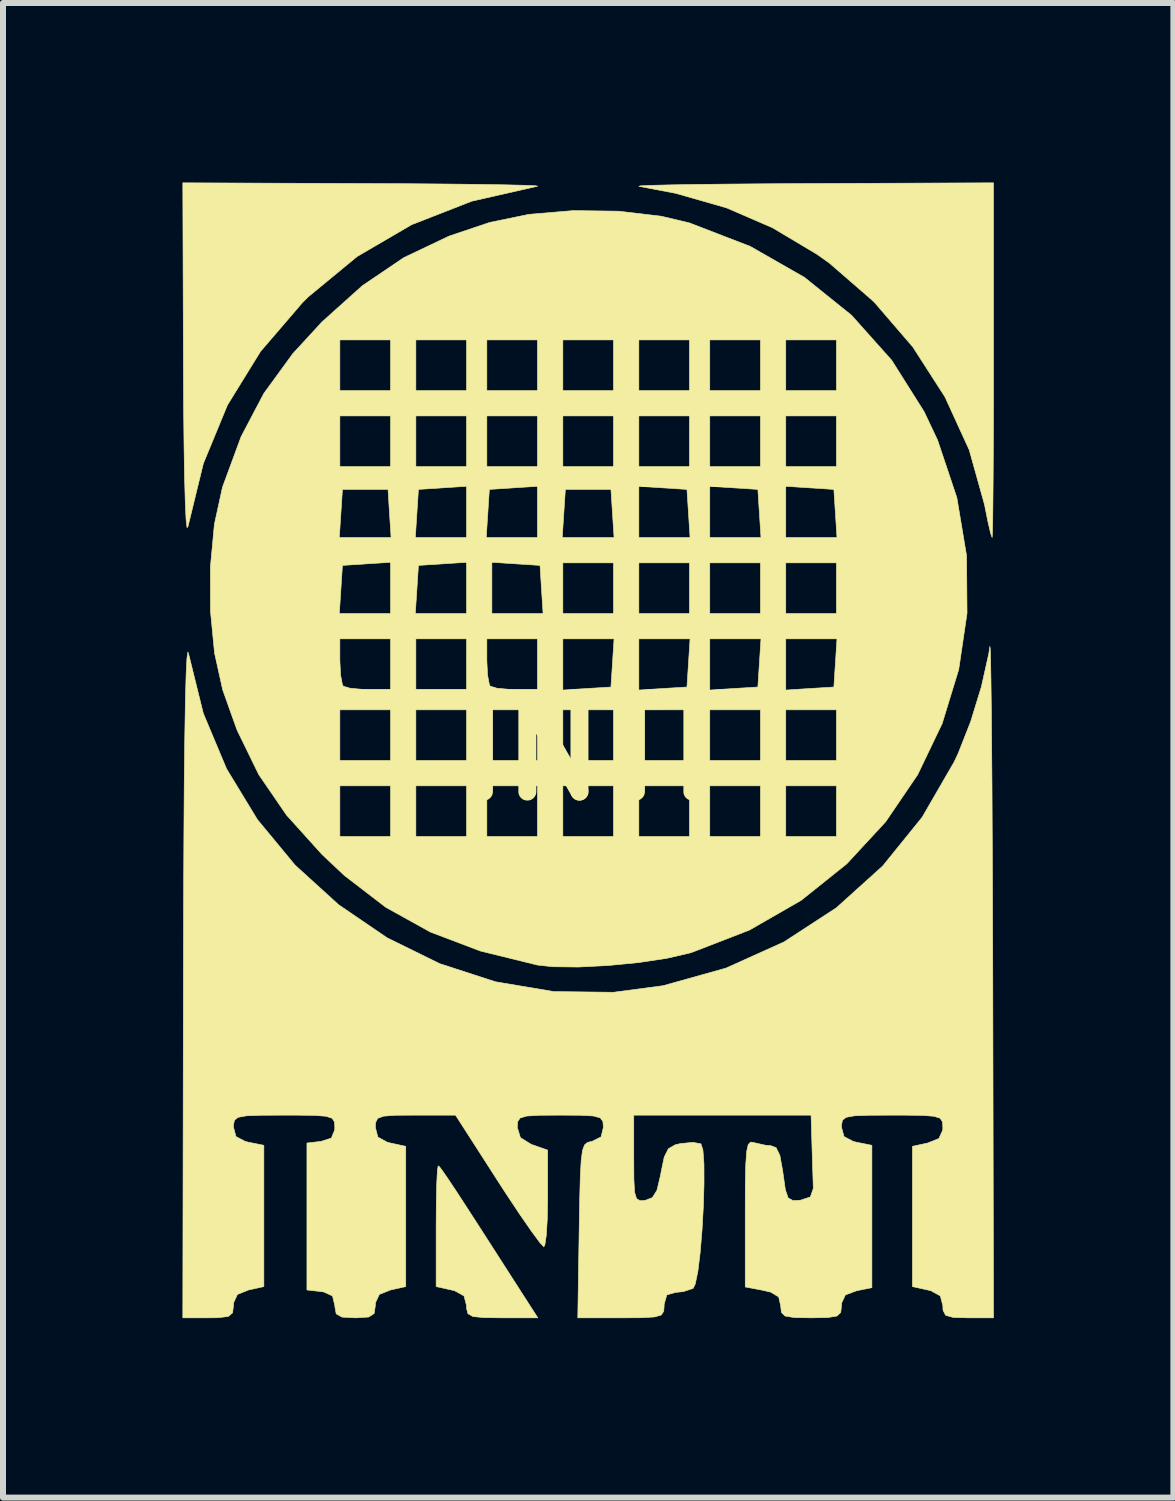
<source format=kicad_pcb>
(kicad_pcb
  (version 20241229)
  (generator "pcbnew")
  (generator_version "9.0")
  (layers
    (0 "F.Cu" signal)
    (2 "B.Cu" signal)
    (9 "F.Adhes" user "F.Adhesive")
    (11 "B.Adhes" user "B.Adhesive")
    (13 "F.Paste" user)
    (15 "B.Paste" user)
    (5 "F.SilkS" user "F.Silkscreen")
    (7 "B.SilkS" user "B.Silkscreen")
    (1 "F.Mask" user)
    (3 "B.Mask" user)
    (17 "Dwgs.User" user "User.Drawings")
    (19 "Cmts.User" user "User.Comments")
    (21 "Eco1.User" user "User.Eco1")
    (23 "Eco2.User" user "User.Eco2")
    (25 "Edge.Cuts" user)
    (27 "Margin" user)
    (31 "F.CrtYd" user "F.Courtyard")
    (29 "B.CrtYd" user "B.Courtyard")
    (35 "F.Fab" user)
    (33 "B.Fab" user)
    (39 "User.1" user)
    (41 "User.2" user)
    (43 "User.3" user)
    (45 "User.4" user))
  (footprint "INTI"
    (layer "F.Cu")
    (at 6.778 9.488)
    (property "Reference" "INTI" (at 0 0 0) (layer "F.SilkS") (effects (font (size 1.524 1.524) (thickness 0.3))))
    (attr through_hole)
    (fp_poly (pts (xy -2.484 6.96) (xy -2.436 7.023) (xy -2.351 7.146) (xy -2.22 7.342) (xy -2.035 7.626) (xy -1.785 8.013) (xy -1.462 8.516) (xy -1.127 9.038) (xy -0.841 9.483) (xy -1.437 9.483) (xy -1.747 9.479) (xy -1.925 9.461) (xy -2.008 9.415) (xy -2.031 9.329) (xy -2.032 9.278) (xy -2.074 9.117) (xy -2.229 9.031) (xy -2.286 9.017) (xy -2.54 8.961) (xy -2.54 7.952) (xy -2.537 7.561) (xy -2.53 7.241) (xy -2.519 7.024) (xy -2.506 6.943) (xy -2.506 6.943) (xy -2.484 6.96)) (stroke (width 0.01) (type solid)) (fill yes) (layer "F.SilkS"))
    (fp_poly (pts (xy -3.704 -9.471) (xy -3.013 -9.468) (xy -2.387 -9.463) (xy -1.845 -9.457) (xy -1.402 -9.45) (xy -1.076 -9.442) (xy -0.885 -9.435) (xy -0.844 -9.427) (xy -0.847 -9.426) (xy -1.945 -9.176) (xy -2.949 -8.784) (xy -3.86 -8.252) (xy -4.676 -7.579) (xy -4.772 -7.484) (xy -5.475 -6.665) (xy -6.027 -5.77) (xy -6.43 -4.793) (xy -6.687 -3.74) (xy -6.703 -3.721) (xy -6.719 -3.859) (xy -6.732 -4.145) (xy -6.744 -4.565) (xy -6.753 -5.108) (xy -6.76 -5.763) (xy -6.763 -6.413) (xy -6.773 -9.483) (xy -3.704 -9.471)) (stroke (width 0.01) (type solid)) (fill yes) (layer "F.SilkS"))
    (fp_poly (pts (xy 6.773 -6.519) (xy 6.773 -5.83) (xy 6.771 -5.198) (xy 6.768 -4.641) (xy 6.764 -4.179) (xy 6.76 -3.832) (xy 6.755 -3.619) (xy 6.75 -3.556) (xy 6.724 -3.632) (xy 6.678 -3.831) (xy 6.623 -4.107) (xy 6.368 -5.019) (xy 5.962 -5.906) (xy 5.425 -6.741) (xy 4.775 -7.496) (xy 4.032 -8.141) (xy 3.822 -8.29) (xy 3.081 -8.732) (xy 2.311 -9.065) (xy 1.461 -9.308) (xy 0.847 -9.425) (xy 0.879 -9.433) (xy 1.063 -9.441) (xy 1.383 -9.449) (xy 1.82 -9.456) (xy 2.359 -9.462) (xy 2.981 -9.467) (xy 3.669 -9.471) (xy 3.704 -9.471) (xy 6.773 -9.483) (xy 6.773 -6.519)) (stroke (width 0.01) (type solid)) (fill yes) (layer "F.SilkS"))
    (fp_poly (pts (xy 6.719 -1.697) (xy 6.725 -1.502) (xy 6.731 -1.163) (xy 6.737 -0.694) (xy 6.742 -0.107) (xy 6.748 0.584) (xy 6.752 1.366) (xy 6.756 2.227) (xy 6.759 3.154) (xy 6.761 3.747) (xy 6.773 9.483) (xy 6.35 9.483) (xy 6.099 9.476) (xy 5.973 9.44) (xy 5.93 9.356) (xy 5.927 9.278) (xy 5.885 9.117) (xy 5.73 9.031) (xy 5.673 9.017) (xy 5.419 8.961) (xy 5.419 6.617) (xy 5.673 6.562) (xy 5.861 6.487) (xy 5.925 6.347) (xy 5.927 6.301) (xy 5.921 6.208) (xy 5.882 6.148) (xy 5.781 6.115) (xy 5.585 6.1) (xy 5.264 6.096) (xy 5.08 6.096) (xy 4.696 6.098) (xy 4.45 6.107) (xy 4.312 6.132) (xy 4.25 6.179) (xy 4.234 6.256) (xy 4.233 6.297) (xy 4.275 6.454) (xy 4.431 6.536) (xy 4.487 6.549) (xy 4.741 6.6) (xy 4.741 8.979) (xy 4.487 9.03) (xy 4.299 9.1) (xy 4.235 9.236) (xy 4.233 9.282) (xy 4.221 9.393) (xy 4.158 9.453) (xy 4.005 9.478) (xy 3.725 9.483) (xy 3.444 9.478) (xy 3.291 9.453) (xy 3.229 9.392) (xy 3.217 9.28) (xy 3.184 9.134) (xy 3.053 9.054) (xy 2.921 9.023) (xy 2.625 8.967) (xy 2.625 7.734) (xy 2.626 7.252) (xy 2.634 6.916) (xy 2.649 6.702) (xy 2.675 6.587) (xy 2.715 6.546) (xy 2.759 6.553) (xy 2.964 6.599) (xy 3.045 6.604) (xy 3.14 6.639) (xy 3.203 6.767) (xy 3.25 7.023) (xy 3.257 7.075) (xy 3.295 7.342) (xy 3.342 7.479) (xy 3.422 7.524) (xy 3.542 7.519) (xy 3.713 7.463) (xy 3.762 7.323) (xy 3.762 7.303) (xy 3.756 7.115) (xy 3.747 6.83) (xy 3.74 6.604) (xy 3.725 6.096) (xy 0.762 6.096) (xy 0.762 6.822) (xy 0.764 7.171) (xy 0.776 7.384) (xy 0.808 7.491) (xy 0.866 7.526) (xy 0.953 7.52) (xy 1.073 7.474) (xy 1.15 7.351) (xy 1.208 7.108) (xy 1.217 7.057) (xy 1.271 6.797) (xy 1.34 6.658) (xy 1.456 6.591) (xy 1.543 6.571) (xy 1.751 6.551) (xy 1.884 6.575) (xy 1.918 6.679) (xy 1.935 6.914) (xy 1.936 7.24) (xy 1.925 7.621) (xy 1.903 8.017) (xy 1.872 8.39) (xy 1.834 8.703) (xy 1.79 8.917) (xy 1.754 8.991) (xy 1.589 9.045) (xy 1.46 9.058) (xy 1.314 9.1) (xy 1.27 9.254) (xy 1.27 9.271) (xy 1.263 9.373) (xy 1.221 9.436) (xy 1.11 9.468) (xy 0.897 9.481) (xy 0.548 9.483) (xy -0.173 9.483) (xy -0.15 8.022) (xy -0.141 7.494) (xy -0.131 7.111) (xy -0.116 6.849) (xy -0.094 6.684) (xy -0.06 6.593) (xy -0.011 6.552) (xy 0.055 6.536) (xy 0.064 6.535) (xy 0.216 6.459) (xy 0.254 6.302) (xy 0.247 6.202) (xy 0.202 6.141) (xy 0.088 6.11) (xy -0.131 6.098) (xy -0.466 6.096) (xy -0.814 6.098) (xy -1.027 6.111) (xy -1.137 6.144) (xy -1.179 6.206) (xy -1.185 6.299) (xy -1.132 6.472) (xy -0.95 6.585) (xy -0.931 6.591) (xy -0.677 6.68) (xy -0.677 7.489) (xy -0.683 7.835) (xy -0.7 8.107) (xy -0.724 8.267) (xy -0.741 8.295) (xy -0.806 8.227) (xy -0.944 8.04) (xy -1.139 7.759) (xy -1.372 7.408) (xy -1.51 7.195) (xy -2.216 6.096) (xy -2.886 6.096) (xy -3.22 6.098) (xy -3.419 6.113) (xy -3.518 6.15) (xy -3.552 6.221) (xy -3.556 6.301) (xy -3.514 6.462) (xy -3.359 6.548) (xy -3.302 6.562) (xy -3.048 6.617) (xy -3.048 8.961) (xy -3.302 9.017) (xy -3.49 9.092) (xy -3.554 9.231) (xy -3.556 9.278) (xy -3.576 9.41) (xy -3.666 9.469) (xy -3.875 9.483) (xy -3.895 9.483) (xy -4.113 9.471) (xy -4.21 9.416) (xy -4.233 9.29) (xy -4.233 9.277) (xy -4.272 9.117) (xy -4.42 9.05) (xy -4.466 9.044) (xy -4.699 9.017) (xy -4.699 6.562) (xy -4.466 6.535) (xy -4.291 6.48) (xy -4.235 6.343) (xy -4.233 6.302) (xy -4.239 6.209) (xy -4.277 6.149) (xy -4.378 6.115) (xy -4.573 6.1) (xy -4.893 6.096) (xy -5.08 6.096) (xy -5.464 6.098) (xy -5.71 6.107) (xy -5.848 6.132) (xy -5.91 6.179) (xy -5.926 6.256) (xy -5.927 6.297) (xy -5.885 6.454) (xy -5.729 6.536) (xy -5.673 6.549) (xy -5.419 6.6) (xy -5.419 8.961) (xy -5.673 9.017) (xy -5.861 9.092) (xy -5.925 9.231) (xy -5.927 9.278) (xy -5.941 9.399) (xy -6.014 9.46) (xy -6.189 9.481) (xy -6.35 9.483) (xy -6.773 9.483) (xy -6.763 3.704) (xy -6.76 2.489) (xy -6.755 1.425) (xy -6.749 0.515) (xy -6.74 -0.238) (xy -6.73 -0.833) (xy -6.718 -1.267) (xy -6.704 -1.537) (xy -6.689 -1.643) (xy -6.677 -1.613) (xy -6.431 -0.618) (xy -6.042 0.31) (xy -5.526 1.158) (xy -4.897 1.919) (xy -4.17 2.58) (xy -3.359 3.133) (xy -2.48 3.565) (xy -1.547 3.868) (xy -0.575 4.031) (xy 0.422 4.043) (xy 1.252 3.933) (xy 2.303 3.639) (xy 3.272 3.202) (xy 4.148 2.631) (xy 4.922 1.933) (xy 5.582 1.117) (xy 6.117 0.192) (xy 6.184 0.049) (xy 6.392 -0.48) (xy 6.571 -1.063) (xy 6.694 -1.612) (xy 6.713 -1.736) (xy 6.719 -1.697)) (stroke (width 0.01) (type solid)) (fill yes) (layer "F.SilkS"))
    (fp_poly (pts (xy 0.509 -9.009) (xy 1.221 -8.925) (xy 1.693 -8.813) (xy 2.708 -8.421) (xy 3.613 -7.904) (xy 4.403 -7.268) (xy 5.073 -6.517) (xy 5.615 -5.657) (xy 5.839 -5.183) (xy 6.161 -4.222) (xy 6.323 -3.253) (xy 6.331 -2.29) (xy 6.192 -1.35) (xy 5.915 -0.446) (xy 5.506 0.407) (xy 4.972 1.193) (xy 4.32 1.898) (xy 3.559 2.507) (xy 2.694 3.004) (xy 1.733 3.376) (xy 1.693 3.388) (xy 1.311 3.476) (xy 0.838 3.547) (xy 0.329 3.596) (xy -0.164 3.621) (xy -0.589 3.616) (xy -0.847 3.588) (xy -1.802 3.353) (xy -2.635 3.037) (xy -3.381 2.623) (xy -4.074 2.091) (xy -4.448 1.739) (xy -5.041 1.081) (xy -5.375 0.593) (xy -4.149 0.593) (xy -4.149 1.439) (xy -3.302 1.439) (xy -3.302 0.593) (xy -2.879 0.593) (xy -2.879 1.439) (xy -2.032 1.439) (xy -2.032 0.593) (xy -1.693 0.593) (xy -1.693 1.439) (xy -0.847 1.439) (xy -0.847 0.593) (xy -0.423 0.593) (xy -0.423 1.439) (xy 0.423 1.439) (xy 0.423 0.593) (xy 0.847 0.593) (xy 0.847 1.439) (xy 1.693 1.439) (xy 1.693 0.593) (xy 2.032 0.593) (xy 2.032 1.439) (xy 2.879 1.439) (xy 2.879 0.593) (xy 3.302 0.593) (xy 3.302 1.439) (xy 4.149 1.439) (xy 4.149 0.593) (xy 3.302 0.593) (xy 2.879 0.593) (xy 2.032 0.593) (xy 1.693 0.593) (xy 0.847 0.593) (xy 0.423 0.593) (xy -0.423 0.593) (xy -0.847 0.593) (xy -1.693 0.593) (xy -2.032 0.593) (xy -2.879 0.593) (xy -3.302 0.593) (xy -4.149 0.593) (xy -5.375 0.593) (xy -5.503 0.407) (xy -5.866 -0.337) (xy -5.988 -0.677) (xy -4.149 -0.677) (xy -4.149 0.169) (xy -3.302 0.169) (xy -3.302 -0.677) (xy -2.879 -0.677) (xy -2.879 0.169) (xy -2.032 0.169) (xy -2.032 -0.677) (xy -1.693 -0.677) (xy -1.693 0.169) (xy -0.847 0.169) (xy -0.847 -0.677) (xy -0.423 -0.677) (xy -0.423 0.169) (xy 0.423 0.169) (xy 0.423 -0.677) (xy 0.847 -0.677) (xy 0.847 0.169) (xy 1.693 0.169) (xy 1.693 -0.677) (xy 2.032 -0.677) (xy 2.032 0.169) (xy 2.879 0.169) (xy 2.879 -0.677) (xy 3.302 -0.677) (xy 3.302 0.169) (xy 4.149 0.169) (xy 4.149 -0.677) (xy 3.302 -0.677) (xy 2.879 -0.677) (xy 2.032 -0.677) (xy 1.693 -0.677) (xy 0.847 -0.677) (xy 0.423 -0.677) (xy -0.423 -0.677) (xy -0.847 -0.677) (xy -1.693 -0.677) (xy -2.032 -0.677) (xy -2.879 -0.677) (xy -3.302 -0.677) (xy -4.149 -0.677) (xy -5.988 -0.677) (xy -6.108 -1.016) (xy -6.243 -1.627) (xy -6.266 -1.863) (xy -4.149 -1.863) (xy -4.149 -1.496) (xy -4.137 -1.258) (xy -4.107 -1.099) (xy -4.092 -1.072) (xy -3.979 -1.038) (xy -3.764 -1.018) (xy -3.669 -1.016) (xy -3.302 -1.016) (xy -3.302 -1.863) (xy -2.879 -1.863) (xy -2.879 -1.016) (xy -2.032 -1.016) (xy -2.032 -1.863) (xy -1.693 -1.863) (xy -1.693 -1.496) (xy -1.681 -1.258) (xy -1.651 -1.099) (xy -1.637 -1.072) (xy -1.524 -1.038) (xy -1.308 -1.018) (xy -1.214 -1.016) (xy -0.847 -1.016) (xy -0.847 -1.863) (xy -0.423 -1.863) (xy -0.423 -1.007) (xy -0.021 -1.033) (xy 0.381 -1.058) (xy 0.407 -1.46) (xy 0.433 -1.863) (xy 0.847 -1.863) (xy 0.847 -1.007) (xy 1.249 -1.033) (xy 1.651 -1.058) (xy 1.677 -1.46) (xy 1.703 -1.863) (xy 2.032 -1.863) (xy 2.032 -1.007) (xy 2.434 -1.033) (xy 2.836 -1.058) (xy 2.862 -1.46) (xy 2.888 -1.863) (xy 3.302 -1.863) (xy 3.302 -1.007) (xy 3.704 -1.033) (xy 4.106 -1.058) (xy 4.132 -1.46) (xy 4.158 -1.863) (xy 3.302 -1.863) (xy 2.888 -1.863) (xy 2.032 -1.863) (xy 1.703 -1.863) (xy 0.847 -1.863) (xy 0.433 -1.863) (xy -0.423 -1.863) (xy -0.847 -1.863) (xy -1.693 -1.863) (xy -2.032 -1.863) (xy -2.879 -1.863) (xy -3.302 -1.863) (xy -4.149 -1.863) (xy -6.266 -1.863) (xy -6.307 -2.286) (xy -4.158 -2.286) (xy -3.302 -2.286) (xy -2.888 -2.286) (xy -2.032 -2.286) (xy -1.609 -2.286) (xy -0.753 -2.286) (xy -0.779 -2.688) (xy -0.804 -3.09) (xy -1.206 -3.116) (xy -1.464 -3.133) (xy -0.423 -3.133) (xy -0.423 -2.286) (xy 0.423 -2.286) (xy 0.423 -3.133) (xy 0.847 -3.133) (xy 0.847 -2.286) (xy 1.693 -2.286) (xy 1.693 -3.133) (xy 2.032 -3.133) (xy 2.032 -2.286) (xy 2.879 -2.286) (xy 2.879 -3.133) (xy 3.302 -3.133) (xy 3.302 -2.286) (xy 4.149 -2.286) (xy 4.149 -3.133) (xy 3.302 -3.133) (xy 2.879 -3.133) (xy 2.032 -3.133) (xy 1.693 -3.133) (xy 0.847 -3.133) (xy 0.423 -3.133) (xy -0.423 -3.133) (xy -1.464 -3.133) (xy -1.609 -3.142) (xy -1.609 -2.286) (xy -2.032 -2.286) (xy -2.032 -3.142) (xy -2.434 -3.116) (xy -2.836 -3.09) (xy -2.862 -2.688) (xy -2.888 -2.286) (xy -3.302 -2.286) (xy -3.302 -3.142) (xy -3.704 -3.116) (xy -4.106 -3.09) (xy -4.132 -2.688) (xy -4.158 -2.286) (xy -6.307 -2.286) (xy -6.311 -2.332) (xy -6.312 -3.068) (xy -6.266 -3.556) (xy -4.158 -3.556) (xy -3.293 -3.556) (xy -2.888 -3.556) (xy -2.032 -3.556) (xy -1.703 -3.556) (xy -0.847 -3.556) (xy -0.433 -3.556) (xy 0.433 -3.556) (xy 0.847 -3.556) (xy 1.703 -3.556) (xy 2.032 -3.556) (xy 2.888 -3.556) (xy 3.302 -3.556) (xy 4.158 -3.556) (xy 4.132 -3.958) (xy 4.106 -4.36) (xy 3.704 -4.386) (xy 3.302 -4.412) (xy 3.302 -3.556) (xy 2.888 -3.556) (xy 2.862 -3.958) (xy 2.836 -4.36) (xy 2.434 -4.386) (xy 2.032 -4.412) (xy 2.032 -3.556) (xy 1.703 -3.556) (xy 1.677 -3.958) (xy 1.651 -4.36) (xy 1.249 -4.386) (xy 0.847 -4.412) (xy 0.847 -3.556) (xy 0.433 -3.556) (xy 0.407 -3.958) (xy 0.381 -4.36) (xy -0.381 -4.36) (xy -0.407 -3.958) (xy -0.433 -3.556) (xy -0.847 -3.556) (xy -0.847 -4.412) (xy -1.249 -4.386) (xy -1.651 -4.36) (xy -1.677 -3.958) (xy -1.703 -3.556) (xy -2.032 -3.556) (xy -2.032 -4.412) (xy -2.434 -4.386) (xy -2.836 -4.36) (xy -2.862 -3.958) (xy -2.888 -3.556) (xy -3.293 -3.556) (xy -3.319 -3.958) (xy -3.344 -4.36) (xy -4.106 -4.36) (xy -4.132 -3.958) (xy -4.158 -3.556) (xy -6.266 -3.556) (xy -6.246 -3.775) (xy -6.112 -4.389) (xy -6.108 -4.403) (xy -5.8 -5.239) (xy -5.617 -5.588) (xy -4.149 -5.588) (xy -4.149 -4.741) (xy -3.302 -4.741) (xy -3.302 -5.588) (xy -2.879 -5.588) (xy -2.879 -4.741) (xy -2.032 -4.741) (xy -2.032 -5.588) (xy -1.693 -5.588) (xy -1.693 -4.741) (xy -0.847 -4.741) (xy -0.847 -5.588) (xy -0.423 -5.588) (xy -0.423 -4.741) (xy 0.423 -4.741) (xy 0.423 -5.588) (xy 0.847 -5.588) (xy 0.847 -4.741) (xy 1.693 -4.741) (xy 1.693 -5.588) (xy 2.032 -5.588) (xy 2.032 -4.741) (xy 2.879 -4.741) (xy 2.879 -5.588) (xy 3.302 -5.588) (xy 3.302 -4.741) (xy 4.149 -4.741) (xy 4.149 -5.588) (xy 3.302 -5.588) (xy 2.879 -5.588) (xy 2.032 -5.588) (xy 1.693 -5.588) (xy 0.847 -5.588) (xy 0.423 -5.588) (xy -0.423 -5.588) (xy -0.847 -5.588) (xy -1.693 -5.588) (xy -2.032 -5.588) (xy -2.879 -5.588) (xy -3.302 -5.588) (xy -4.149 -5.588) (xy -5.617 -5.588) (xy -5.419 -5.964) (xy -4.933 -6.631) (xy -4.724 -6.858) (xy -4.149 -6.858) (xy -4.149 -6.011) (xy -3.302 -6.011) (xy -3.302 -6.858) (xy -2.879 -6.858) (xy -2.879 -6.011) (xy -2.032 -6.011) (xy -2.032 -6.858) (xy -1.693 -6.858) (xy -1.693 -6.011) (xy -0.847 -6.011) (xy -0.847 -6.858) (xy -0.423 -6.858) (xy -0.423 -6.011) (xy 0.423 -6.011) (xy 0.423 -6.858) (xy 0.847 -6.858) (xy 0.847 -6.011) (xy 1.693 -6.011) (xy 1.693 -6.858) (xy 2.032 -6.858) (xy 2.032 -6.011) (xy 2.879 -6.011) (xy 2.879 -6.858) (xy 3.302 -6.858) (xy 3.302 -6.011) (xy 4.149 -6.011) (xy 4.149 -6.858) (xy 3.302 -6.858) (xy 2.879 -6.858) (xy 2.032 -6.858) (xy 1.693 -6.858) (xy 0.847 -6.858) (xy 0.423 -6.858) (xy -0.423 -6.858) (xy -0.847 -6.858) (xy -1.693 -6.858) (xy -2.032 -6.858) (xy -2.879 -6.858) (xy -3.302 -6.858) (xy -4.149 -6.858) (xy -4.724 -6.858) (xy -4.448 -7.158) (xy -3.773 -7.764) (xy -3.082 -8.232) (xy -2.326 -8.592) (xy -1.646 -8.821) (xy -0.986 -8.957) (xy -0.247 -9.019) (xy 0.509 -9.009)) (stroke (width 0.01) (type solid)) (fill yes) (layer "F.SilkS")))
  (gr_rect
    (start -3 -3)
    (end 16.557 21.975)
    (stroke (width 0.1) (type default))
    (fill no)
    (layer "Edge.Cuts")))
</source>
